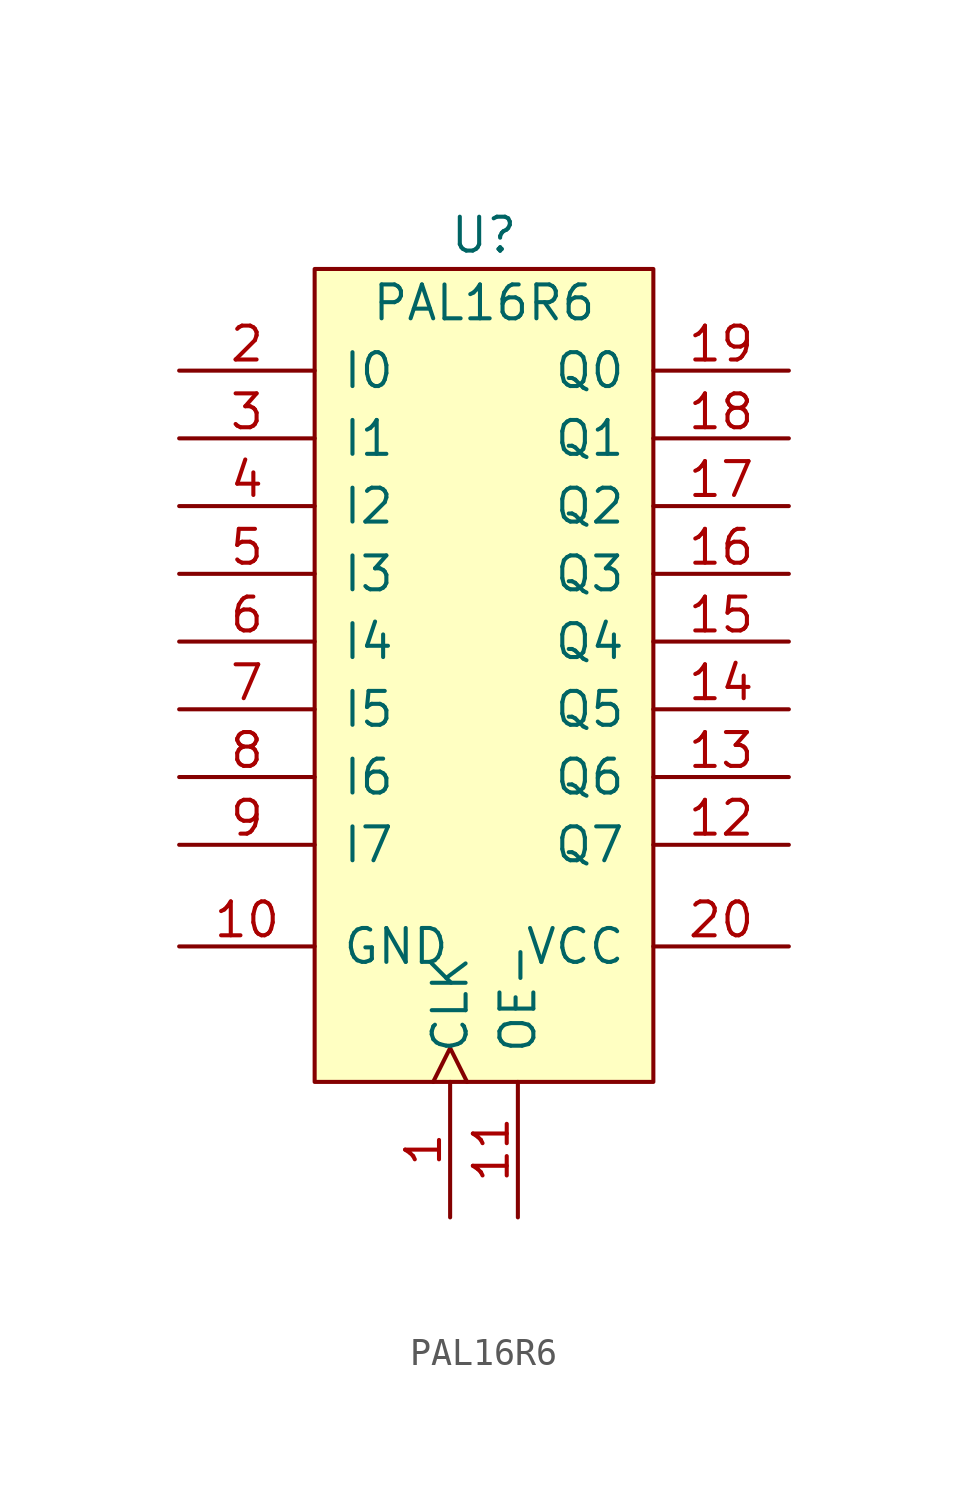
<source format=kicad_sym>
(kicad_symbol_lib
  (version 20231120)
  (generator "kicad_symbol_editor")
  (generator_version "8.0")
  (symbol "PAL16R6"
    (pin_names
      (offset 1.016))
    (property "Reference" "U"
      (at 0 2.54 0)
      (effects (font (size 1.27 1.27))))
    (property "Value" "PAL16R6"
      (at 0 0 0)
      (effects (font (size 1.27 1.27))))
    (symbol "PAL16R6_0_1"
      (rectangle (start -6.35 1.27) (end 6.35 -29.21) (stroke (width 0) (type solid)) (fill (type background))))
    (symbol "PAL16R6_1_1"
      (pin input clock (at -1.27 -34.29 90) (length 5.08) (name "CLK" (effects (font (size 1.27 1.27)))) (number "1" (effects (font (size 1.27 1.27)))))
      (pin power_in line (at -11.43 -24.13 0) (length 5.08) (name "GND" (effects (font (size 1.27 1.27)))) (number "10" (effects (font (size 1.27 1.27)))))
      (pin input line (at 1.27 -34.29 90) (length 5.08) (name "OE-" (effects (font (size 1.27 1.27)))) (number "11" (effects (font (size 1.27 1.27)))))
      (pin output line (at 11.43 -20.32 180) (length 5.08) (name "Q7" (effects (font (size 1.27 1.27)))) (number "12" (effects (font (size 1.27 1.27)))))
      (pin output line (at 11.43 -17.78 180) (length 5.08) (name "Q6" (effects (font (size 1.27 1.27)))) (number "13" (effects (font (size 1.27 1.27)))))
      (pin output line (at 11.43 -15.24 180) (length 5.08) (name "Q5" (effects (font (size 1.27 1.27)))) (number "14" (effects (font (size 1.27 1.27)))))
      (pin output line (at 11.43 -12.7 180) (length 5.08) (name "Q4" (effects (font (size 1.27 1.27)))) (number "15" (effects (font (size 1.27 1.27)))))
      (pin output line (at 11.43 -10.16 180) (length 5.08) (name "Q3" (effects (font (size 1.27 1.27)))) (number "16" (effects (font (size 1.27 1.27)))))
      (pin output line (at 11.43 -7.62 180) (length 5.08) (name "Q2" (effects (font (size 1.27 1.27)))) (number "17" (effects (font (size 1.27 1.27)))))
      (pin output line (at 11.43 -5.08 180) (length 5.08) (name "Q1" (effects (font (size 1.27 1.27)))) (number "18" (effects (font (size 1.27 1.27)))))
      (pin output line (at 11.43 -2.54 180) (length 5.08) (name "Q0" (effects (font (size 1.27 1.27)))) (number "19" (effects (font (size 1.27 1.27)))))
      (pin input line (at -11.43 -2.54 0) (length 5.08) (name "I0" (effects (font (size 1.27 1.27)))) (number "2" (effects (font (size 1.27 1.27)))))
      (pin power_in line (at 11.43 -24.13 180) (length 5.08) (name "VCC" (effects (font (size 1.27 1.27)))) (number "20" (effects (font (size 1.27 1.27)))))
      (pin input line (at -11.43 -5.08 0) (length 5.08) (name "I1" (effects (font (size 1.27 1.27)))) (number "3" (effects (font (size 1.27 1.27)))))
      (pin input line (at -11.43 -7.62 0) (length 5.08) (name "I2" (effects (font (size 1.27 1.27)))) (number "4" (effects (font (size 1.27 1.27)))))
      (pin input line (at -11.43 -10.16 0) (length 5.08) (name "I3" (effects (font (size 1.27 1.27)))) (number "5" (effects (font (size 1.27 1.27)))))
      (pin input line (at -11.43 -12.7 0) (length 5.08) (name "I4" (effects (font (size 1.27 1.27)))) (number "6" (effects (font (size 1.27 1.27)))))
      (pin input line (at -11.43 -15.24 0) (length 5.08) (name "I5" (effects (font (size 1.27 1.27)))) (number "7" (effects (font (size 1.27 1.27)))))
      (pin input line (at -11.43 -17.78 0) (length 5.08) (name "I6" (effects (font (size 1.27 1.27)))) (number "8" (effects (font (size 1.27 1.27)))))
      (pin input line (at -11.43 -20.32 0) (length 5.08) (name "I7" (effects (font (size 1.27 1.27)))) (number "9" (effects (font (size 1.27 1.27))))))))
</source>
